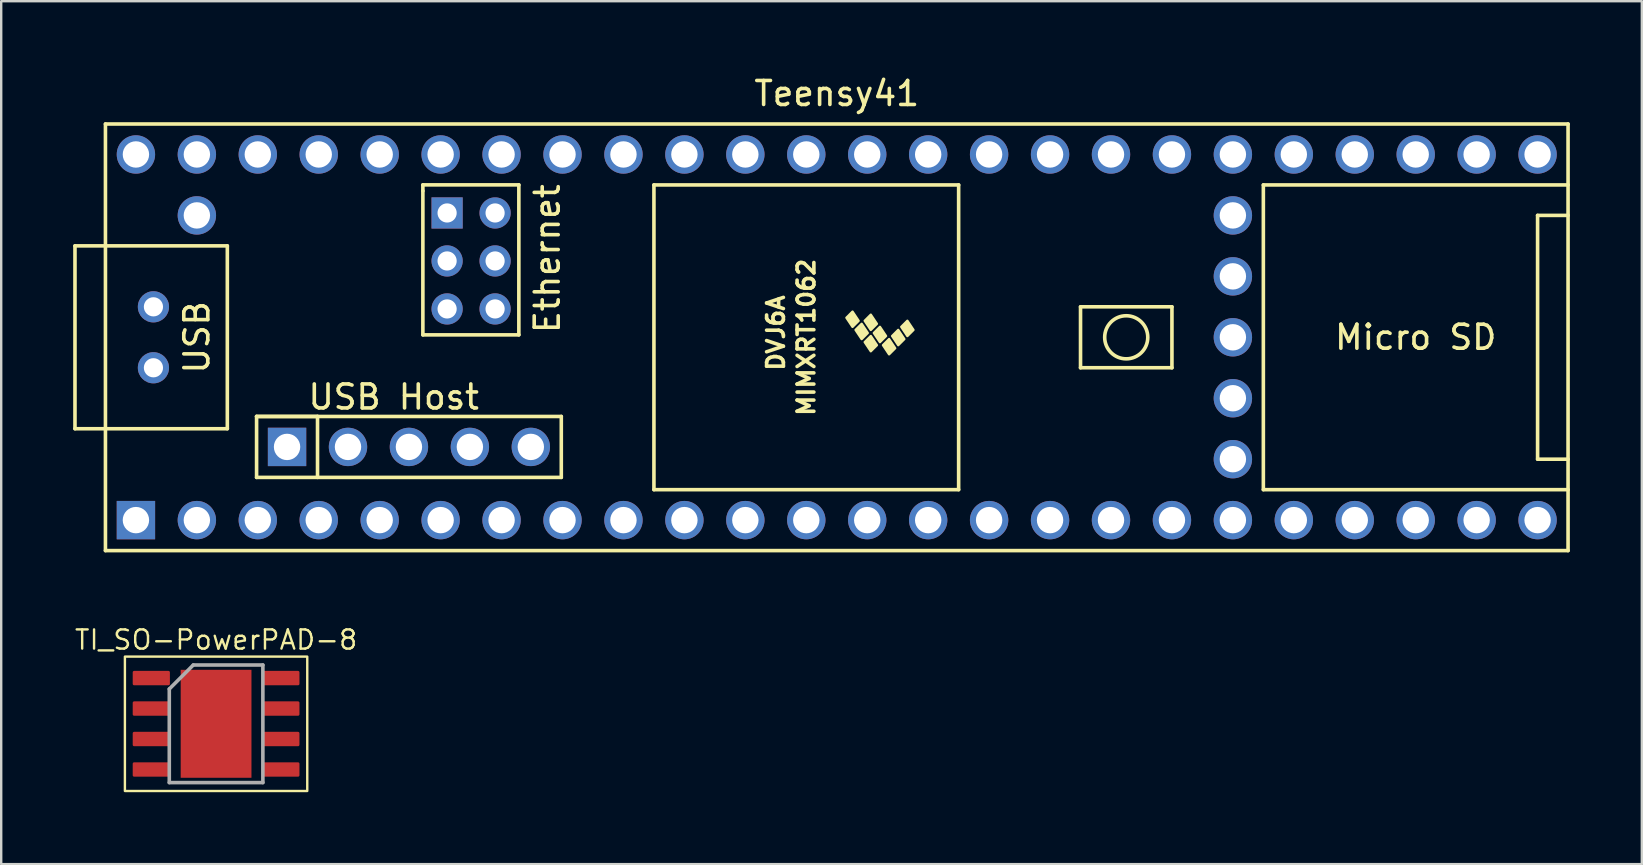
<source format=kicad_pcb>
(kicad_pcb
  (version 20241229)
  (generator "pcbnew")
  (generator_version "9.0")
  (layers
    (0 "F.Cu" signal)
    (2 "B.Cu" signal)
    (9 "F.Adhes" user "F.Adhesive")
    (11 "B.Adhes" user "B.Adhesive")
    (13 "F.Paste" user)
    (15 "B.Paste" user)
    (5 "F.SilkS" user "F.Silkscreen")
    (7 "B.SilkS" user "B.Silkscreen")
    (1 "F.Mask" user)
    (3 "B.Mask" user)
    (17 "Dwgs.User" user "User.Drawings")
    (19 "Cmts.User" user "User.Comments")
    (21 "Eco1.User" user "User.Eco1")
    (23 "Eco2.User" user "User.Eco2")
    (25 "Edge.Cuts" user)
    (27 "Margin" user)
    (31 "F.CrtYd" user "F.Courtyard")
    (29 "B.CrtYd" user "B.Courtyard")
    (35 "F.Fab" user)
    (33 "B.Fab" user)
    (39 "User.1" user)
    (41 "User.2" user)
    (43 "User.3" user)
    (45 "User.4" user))
  (footprint "Teensy41"
    (layer "F.Cu")
    (at 31.825 11.008)
    (property "Reference" "Teensy41" (at 0 -10.16 0) (layer "F.SilkS") (effects (font (size 1 1) (thickness 0.15))))
    (attr through_hole)
    (fp_line (start -31.75 -3.81) (end -30.48 -3.81) (stroke (width 0.15) (type solid)) (layer "F.SilkS"))
    (fp_line (start -31.75 3.81) (end -31.75 -3.81) (stroke (width 0.15) (type solid)) (layer "F.SilkS"))
    (fp_line (start -30.48 -8.89) (end 30.48 -8.89) (stroke (width 0.15) (type solid)) (layer "F.SilkS"))
    (fp_line (start -30.48 3.81) (end -31.75 3.81) (stroke (width 0.15) (type solid)) (layer "F.SilkS"))
    (fp_line (start -30.48 8.89) (end -30.48 -8.89) (stroke (width 0.15) (type solid)) (layer "F.SilkS"))
    (fp_line (start -25.4 -3.81) (end -30.48 -3.81) (stroke (width 0.15) (type solid)) (layer "F.SilkS"))
    (fp_line (start -25.4 3.81) (end -30.48 3.81) (stroke (width 0.15) (type solid)) (layer "F.SilkS"))
    (fp_line (start -25.4 3.81) (end -25.4 -3.81) (stroke (width 0.15) (type solid)) (layer "F.SilkS"))
    (fp_line (start -24.181 3.299) (end -21.641 3.299) (stroke (width 0.15) (type solid)) (layer "F.SilkS"))
    (fp_line (start -24.181 3.299) (end -11.481 3.299) (stroke (width 0.15) (type solid)) (layer "F.SilkS"))
    (fp_line (start -24.181 5.839) (end -24.181 3.299) (stroke (width 0.15) (type solid)) (layer "F.SilkS"))
    (fp_line (start -21.641 3.299) (end -21.641 5.839) (stroke (width 0.15) (type solid)) (layer "F.SilkS"))
    (fp_line (start -17.25 -6.352) (end -17.25 -6.102) (stroke (width 0.15) (type solid)) (layer "F.SilkS"))
    (fp_line (start -17.25 -6.102) (end -17.25 -0.102) (stroke (width 0.15) (type solid)) (layer "F.SilkS"))
    (fp_line (start -17.25 -0.102) (end -13.25 -0.102) (stroke (width 0.15) (type solid)) (layer "F.SilkS"))
    (fp_line (start -13.25 -6.352) (end -17.25 -6.352) (stroke (width 0.15) (type solid)) (layer "F.SilkS"))
    (fp_line (start -13.25 -0.102) (end -13.25 -6.352) (stroke (width 0.15) (type solid)) (layer "F.SilkS"))
    (fp_line (start -11.481 3.299) (end -11.481 5.839) (stroke (width 0.15) (type solid)) (layer "F.SilkS"))
    (fp_line (start -11.481 5.839) (end -24.181 5.839) (stroke (width 0.15) (type solid)) (layer "F.SilkS"))
    (fp_line (start -7.62 -6.35) (end -7.62 6.35) (stroke (width 0.15) (type solid)) (layer "F.SilkS"))
    (fp_line (start -7.62 6.35) (end 5.08 6.35) (stroke (width 0.15) (type solid)) (layer "F.SilkS"))
    (fp_line (start 5.08 -6.35) (end -7.62 -6.35) (stroke (width 0.15) (type solid)) (layer "F.SilkS"))
    (fp_line (start 5.08 6.35) (end 5.08 -6.35) (stroke (width 0.15) (type solid)) (layer "F.SilkS"))
    (fp_line (start 10.16 -1.27) (end 13.97 -1.27) (stroke (width 0.15) (type solid)) (layer "F.SilkS"))
    (fp_line (start 10.16 1.27) (end 10.16 -1.27) (stroke (width 0.15) (type solid)) (layer "F.SilkS"))
    (fp_line (start 13.97 -1.27) (end 13.97 1.27) (stroke (width 0.15) (type solid)) (layer "F.SilkS"))
    (fp_line (start 13.97 1.27) (end 10.16 1.27) (stroke (width 0.15) (type solid)) (layer "F.SilkS"))
    (fp_line (start 17.78 -6.35) (end 17.78 6.35) (stroke (width 0.15) (type solid)) (layer "F.SilkS"))
    (fp_line (start 17.78 6.35) (end 30.48 6.35) (stroke (width 0.15) (type solid)) (layer "F.SilkS"))
    (fp_line (start 29.21 -5.08) (end 29.21 5.08) (stroke (width 0.15) (type solid)) (layer "F.SilkS"))
    (fp_line (start 29.21 5.08) (end 30.48 5.08) (stroke (width 0.15) (type solid)) (layer "F.SilkS"))
    (fp_line (start 30.48 -8.89) (end 30.48 8.89) (stroke (width 0.15) (type solid)) (layer "F.SilkS"))
    (fp_line (start 30.48 -6.35) (end 17.78 -6.35) (stroke (width 0.15) (type solid)) (layer "F.SilkS"))
    (fp_line (start 30.48 -5.08) (end 29.21 -5.08) (stroke (width 0.15) (type solid)) (layer "F.SilkS"))
    (fp_line (start 30.48 8.89) (end -30.48 8.89) (stroke (width 0.15) (type solid)) (layer "F.SilkS"))
    (fp_circle (center 12.065 0) (end 12.7 -0.635) (stroke (width 0.15) (type solid)) (fill no) (layer "F.SilkS"))
    (fp_poly (pts (xy 0.911 -0.688) (xy 0.657 -0.434) (xy 0.403 -0.815) (xy 0.657 -1.069)) (stroke (width 0.1) (type solid)) (fill yes) (layer "F.SilkS"))
    (fp_poly (pts (xy 1.292 -0.18) (xy 1.038 0.074) (xy 0.784 -0.307) (xy 1.038 -0.561)) (stroke (width 0.1) (type solid)) (fill yes) (layer "F.SilkS"))
    (fp_poly (pts (xy 1.673 -0.561) (xy 1.419 -0.307) (xy 1.165 -0.688) (xy 1.419 -0.942)) (stroke (width 0.1) (type solid)) (fill yes) (layer "F.SilkS"))
    (fp_poly (pts (xy 1.673 0.328) (xy 1.419 0.582) (xy 1.165 0.201) (xy 1.419 -0.053)) (stroke (width 0.1) (type solid)) (fill yes) (layer "F.SilkS"))
    (fp_poly (pts (xy 2.054 -0.053) (xy 1.8 0.201) (xy 1.546 -0.18) (xy 1.8 -0.434)) (stroke (width 0.1) (type solid)) (fill yes) (layer "F.SilkS"))
    (fp_poly (pts (xy 2.435 0.455) (xy 2.181 0.709) (xy 1.927 0.328) (xy 2.181 0.074)) (stroke (width 0.1) (type solid)) (fill yes) (layer "F.SilkS"))
    (fp_poly (pts (xy 2.816 0.074) (xy 2.562 0.328) (xy 2.308 -0.053) (xy 2.562 -0.307)) (stroke (width 0.1) (type solid)) (fill yes) (layer "F.SilkS"))
    (fp_poly (pts (xy 3.197 -0.307) (xy 2.943 -0.053) (xy 2.689 -0.434) (xy 2.943 -0.688)) (stroke (width 0.1) (type solid)) (fill yes) (layer "F.SilkS"))
    (fp_text user "MIMXRT1062" (at -1.27 0 270) (layer "F.SilkS") (effects (font (size 0.7 0.7) (thickness 0.15))))
    (fp_text user "Micro SD" (at 24.13 0 0) (layer "F.SilkS") (effects (font (size 1 1) (thickness 0.15))))
    (fp_text user "Ethernet" (at -12.065 -3.277 90) (layer "F.SilkS") (effects (font (size 1 1) (thickness 0.15))))
    (fp_text user "USB Host" (at -18.466 2.489 0) (layer "F.SilkS") (effects (font (size 1 1) (thickness 0.15))))
    (fp_text user "DVJ6A" (at -2.54 -0.18 270) (layer "F.SilkS") (effects (font (size 0.7 0.7) (thickness 0.15))))
    (fp_text user "USB" (at -26.67 0 270) (layer "F.SilkS") (effects (font (size 1 1) (thickness 0.15))))
    (pad "1" thru_hole rect (at -29.21 7.62) (size 1.6 1.6) (drill 1.1) (layers "*.Cu" "*.Mask"))
    (pad "2" thru_hole circle (at -26.67 7.62) (size 1.6 1.6) (drill 1.1) (layers "*.Cu" "*.Mask"))
    (pad "3" thru_hole circle (at -24.13 7.62) (size 1.6 1.6) (drill 1.1) (layers "*.Cu" "*.Mask"))
    (pad "4" thru_hole circle (at -21.59 7.62) (size 1.6 1.6) (drill 1.1) (layers "*.Cu" "*.Mask"))
    (pad "5" thru_hole circle (at -19.05 7.62) (size 1.6 1.6) (drill 1.1) (layers "*.Cu" "*.Mask"))
    (pad "6" thru_hole circle (at -16.51 7.62) (size 1.6 1.6) (drill 1.1) (layers "*.Cu" "*.Mask"))
    (pad "7" thru_hole circle (at -13.97 7.62) (size 1.6 1.6) (drill 1.1) (layers "*.Cu" "*.Mask"))
    (pad "8" thru_hole circle (at -11.43 7.62) (size 1.6 1.6) (drill 1.1) (layers "*.Cu" "*.Mask"))
    (pad "9" thru_hole circle (at -8.89 7.62) (size 1.6 1.6) (drill 1.1) (layers "*.Cu" "*.Mask"))
    (pad "10" thru_hole circle (at -6.35 7.62) (size 1.6 1.6) (drill 1.1) (layers "*.Cu" "*.Mask"))
    (pad "11" thru_hole circle (at -3.81 7.62) (size 1.6 1.6) (drill 1.1) (layers "*.Cu" "*.Mask"))
    (pad "12" thru_hole circle (at -1.27 7.62) (size 1.6 1.6) (drill 1.1) (layers "*.Cu" "*.Mask"))
    (pad "13" thru_hole circle (at 1.27 7.62) (size 1.6 1.6) (drill 1.1) (layers "*.Cu" "*.Mask"))
    (pad "14" thru_hole circle (at 3.81 7.62) (size 1.6 1.6) (drill 1.1) (layers "*.Cu" "*.Mask"))
    (pad "15" thru_hole circle (at 6.35 7.62) (size 1.6 1.6) (drill 1.1) (layers "*.Cu" "*.Mask"))
    (pad "16" thru_hole circle (at 8.89 7.62) (size 1.6 1.6) (drill 1.1) (layers "*.Cu" "*.Mask"))
    (pad "17" thru_hole circle (at 11.43 7.62) (size 1.6 1.6) (drill 1.1) (layers "*.Cu" "*.Mask"))
    (pad "18" thru_hole circle (at 13.97 7.62) (size 1.6 1.6) (drill 1.1) (layers "*.Cu" "*.Mask"))
    (pad "19" thru_hole circle (at 16.51 7.62) (size 1.6 1.6) (drill 1.1) (layers "*.Cu" "*.Mask"))
    (pad "20" thru_hole circle (at 19.05 7.62) (size 1.6 1.6) (drill 1.1) (layers "*.Cu" "*.Mask"))
    (pad "21" thru_hole circle (at 21.59 7.62) (size 1.6 1.6) (drill 1.1) (layers "*.Cu" "*.Mask"))
    (pad "22" thru_hole circle (at 24.13 7.62) (size 1.6 1.6) (drill 1.1) (layers "*.Cu" "*.Mask"))
    (pad "23" thru_hole circle (at 26.67 7.62) (size 1.6 1.6) (drill 1.1) (layers "*.Cu" "*.Mask"))
    (pad "24" thru_hole circle (at 29.21 7.62) (size 1.6 1.6) (drill 1.1) (layers "*.Cu" "*.Mask"))
    (pad "25" thru_hole circle (at 29.21 -7.62) (size 1.6 1.6) (drill 1.1) (layers "*.Cu" "*.Mask"))
    (pad "26" thru_hole circle (at 26.67 -7.62) (size 1.6 1.6) (drill 1.1) (layers "*.Cu" "*.Mask"))
    (pad "27" thru_hole circle (at 24.13 -7.62) (size 1.6 1.6) (drill 1.1) (layers "*.Cu" "*.Mask"))
    (pad "28" thru_hole circle (at 21.59 -7.62) (size 1.6 1.6) (drill 1.1) (layers "*.Cu" "*.Mask"))
    (pad "29" thru_hole circle (at 19.05 -7.62) (size 1.6 1.6) (drill 1.1) (layers "*.Cu" "*.Mask"))
    (pad "30" thru_hole circle (at 16.51 -7.62) (size 1.6 1.6) (drill 1.1) (layers "*.Cu" "*.Mask"))
    (pad "31" thru_hole circle (at 13.97 -7.62) (size 1.6 1.6) (drill 1.1) (layers "*.Cu" "*.Mask"))
    (pad "32" thru_hole circle (at 11.43 -7.62) (size 1.6 1.6) (drill 1.1) (layers "*.Cu" "*.Mask"))
    (pad "33" thru_hole circle (at 8.89 -7.62) (size 1.6 1.6) (drill 1.1) (layers "*.Cu" "*.Mask"))
    (pad "34" thru_hole circle (at 6.35 -7.62) (size 1.6 1.6) (drill 1.1) (layers "*.Cu" "*.Mask"))
    (pad "35" thru_hole circle (at 3.81 -7.62) (size 1.6 1.6) (drill 1.1) (layers "*.Cu" "*.Mask"))
    (pad "36" thru_hole circle (at 1.27 -7.62) (size 1.6 1.6) (drill 1.1) (layers "*.Cu" "*.Mask"))
    (pad "37" thru_hole circle (at -1.27 -7.62) (size 1.6 1.6) (drill 1.1) (layers "*.Cu" "*.Mask"))
    (pad "38" thru_hole circle (at -3.81 -7.62) (size 1.6 1.6) (drill 1.1) (layers "*.Cu" "*.Mask"))
    (pad "39" thru_hole circle (at -6.35 -7.62) (size 1.6 1.6) (drill 1.1) (layers "*.Cu" "*.Mask"))
    (pad "40" thru_hole circle (at -8.89 -7.62) (size 1.6 1.6) (drill 1.1) (layers "*.Cu" "*.Mask"))
    (pad "41" thru_hole circle (at -11.43 -7.62) (size 1.6 1.6) (drill 1.1) (layers "*.Cu" "*.Mask"))
    (pad "42" thru_hole circle (at -13.97 -7.62) (size 1.6 1.6) (drill 1.1) (layers "*.Cu" "*.Mask"))
    (pad "43" thru_hole circle (at -16.51 -7.62) (size 1.6 1.6) (drill 1.1) (layers "*.Cu" "*.Mask"))
    (pad "44" thru_hole circle (at -19.05 -7.62) (size 1.6 1.6) (drill 1.1) (layers "*.Cu" "*.Mask"))
    (pad "45" thru_hole circle (at -21.59 -7.62) (size 1.6 1.6) (drill 1.1) (layers "*.Cu" "*.Mask"))
    (pad "46" thru_hole circle (at -24.13 -7.62) (size 1.6 1.6) (drill 1.1) (layers "*.Cu" "*.Mask"))
    (pad "47" thru_hole circle (at -26.67 -7.62) (size 1.6 1.6) (drill 1.1) (layers "*.Cu" "*.Mask"))
    (pad "48" thru_hole circle (at -29.21 -7.62) (size 1.6 1.6) (drill 1.1) (layers "*.Cu" "*.Mask"))
    (pad "49" thru_hole circle (at -26.67 -5.08) (size 1.6 1.6) (drill 1.1) (layers "*.Cu" "*.Mask"))
    (pad "50" thru_hole circle (at 16.51 5.08) (size 1.6 1.6) (drill 1.1) (layers "*.Cu" "*.Mask"))
    (pad "51" thru_hole circle (at 16.51 2.54) (size 1.6 1.6) (drill 1.1) (layers "*.Cu" "*.Mask"))
    (pad "52" thru_hole circle (at 16.51 0) (size 1.6 1.6) (drill 1.1) (layers "*.Cu" "*.Mask"))
    (pad "53" thru_hole circle (at 16.51 -2.54) (size 1.6 1.6) (drill 1.1) (layers "*.Cu" "*.Mask"))
    (pad "54" thru_hole circle (at 16.51 -5.08) (size 1.6 1.6) (drill 1.1) (layers "*.Cu" "*.Mask"))
    (pad "55" thru_hole rect (at -22.911 4.569) (size 1.6 1.6) (drill 1.1) (layers "*.Cu" "*.Mask"))
    (pad "56" thru_hole circle (at -20.371 4.569) (size 1.6 1.6) (drill 1.1) (layers "*.Cu" "*.Mask"))
    (pad "57" thru_hole circle (at -17.831 4.569) (size 1.6 1.6) (drill 1.1) (layers "*.Cu" "*.Mask"))
    (pad "58" thru_hole circle (at -15.291 4.569) (size 1.6 1.6) (drill 1.1) (layers "*.Cu" "*.Mask"))
    (pad "59" thru_hole circle (at -12.751 4.569) (size 1.6 1.6) (drill 1.1) (layers "*.Cu" "*.Mask"))
    (pad "60" thru_hole rect (at -16.24 -5.182) (size 1.3 1.3) (drill 0.8) (layers "*.Cu" "*.Mask"))
    (pad "61" thru_hole circle (at -16.24 -3.182) (size 1.3 1.3) (drill 0.8) (layers "*.Cu" "*.Mask"))
    (pad "62" thru_hole circle (at -16.24 -1.182) (size 1.3 1.3) (drill 0.8) (layers "*.Cu" "*.Mask"))
    (pad "63" thru_hole circle (at -14.24 -1.182) (size 1.3 1.3) (drill 0.8) (layers "*.Cu" "*.Mask"))
    (pad "64" thru_hole circle (at -14.24 -3.182) (size 1.3 1.3) (drill 0.8) (layers "*.Cu" "*.Mask"))
    (pad "65" thru_hole circle (at -14.24 -5.182) (size 1.3 1.3) (drill 0.8) (layers "*.Cu" "*.Mask"))
    (pad "66" thru_hole circle (at -28.48 -1.27) (size 1.3 1.3) (drill 0.8) (layers "*.Cu" "*.Mask"))
    (pad "67" thru_hole circle (at -28.48 1.27) (size 1.3 1.3) (drill 0.8) (layers "*.Cu" "*.Mask")))
  (footprint "TI_SO-PowerPAD-8"
    (layer "F.Cu")
    (at 5.956 27.117)
    (property "Reference" "TI_SO-PowerPAD-8" (at 0 -3.5 0) (layer "F.SilkS") (effects (font (size 0.8 0.8) (thickness 0.1))))
    (attr smd)
    (fp_rect (start 3.8 -2.8) (end -3.8 2.8) (stroke (width 0.1) (type solid)) (fill no) (layer "F.SilkS"))
    (fp_line (start -1.95 -1.45) (end -0.95 -2.45) (stroke (width 0.15) (type solid)) (layer "F.Fab"))
    (fp_line (start -1.95 2.45) (end -1.95 -1.45) (stroke (width 0.15) (type solid)) (layer "F.Fab"))
    (fp_line (start -0.95 -2.45) (end 1.95 -2.45) (stroke (width 0.15) (type solid)) (layer "F.Fab"))
    (fp_line (start 1.95 -2.45) (end 1.95 2.45) (stroke (width 0.15) (type solid)) (layer "F.Fab"))
    (fp_line (start 1.95 2.45) (end -1.95 2.45) (stroke (width 0.15) (type solid)) (layer "F.Fab"))
    (pad "1" smd roundrect (at -2.7 -1.905) (size 1.55 0.6) (layers "F.Cu" "F.Mask" "F.Paste") (roundrect_rratio 0.1))
    (pad "2" smd roundrect (at -2.7 -0.635) (size 1.55 0.6) (layers "F.Cu" "F.Mask" "F.Paste") (roundrect_rratio 0.1))
    (pad "3" smd roundrect (at -2.7 0.635) (size 1.55 0.6) (layers "F.Cu" "F.Mask" "F.Paste") (roundrect_rratio 0.1))
    (pad "4" smd roundrect (at -2.7 1.905) (size 1.55 0.6) (layers "F.Cu" "F.Mask" "F.Paste") (roundrect_rratio 0.1))
    (pad "5" smd roundrect (at 2.7 1.905) (size 1.55 0.6) (layers "F.Cu" "F.Mask" "F.Paste") (roundrect_rratio 0.1))
    (pad "6" smd roundrect (at 2.7 0.635) (size 1.55 0.6) (layers "F.Cu" "F.Mask" "F.Paste") (roundrect_rratio 0.1))
    (pad "7" smd roundrect (at 2.7 -0.635) (size 1.55 0.6) (layers "F.Cu" "F.Mask" "F.Paste") (roundrect_rratio 0.1))
    (pad "8" smd roundrect (at 2.7 -1.905) (size 1.55 0.6) (layers "F.Cu" "F.Mask" "F.Paste") (roundrect_rratio 0.1))
    (pad "9" smd rect (at 0 0) (size 2.95 4.5) (layers "F.Cu" "F.Mask" "F.Paste")))
  (gr_rect
    (start -3 -3)
    (end 65.38 32.967)
    (stroke (width 0.1) (type default))
    (fill no)
    (layer "Edge.Cuts")))
</source>
